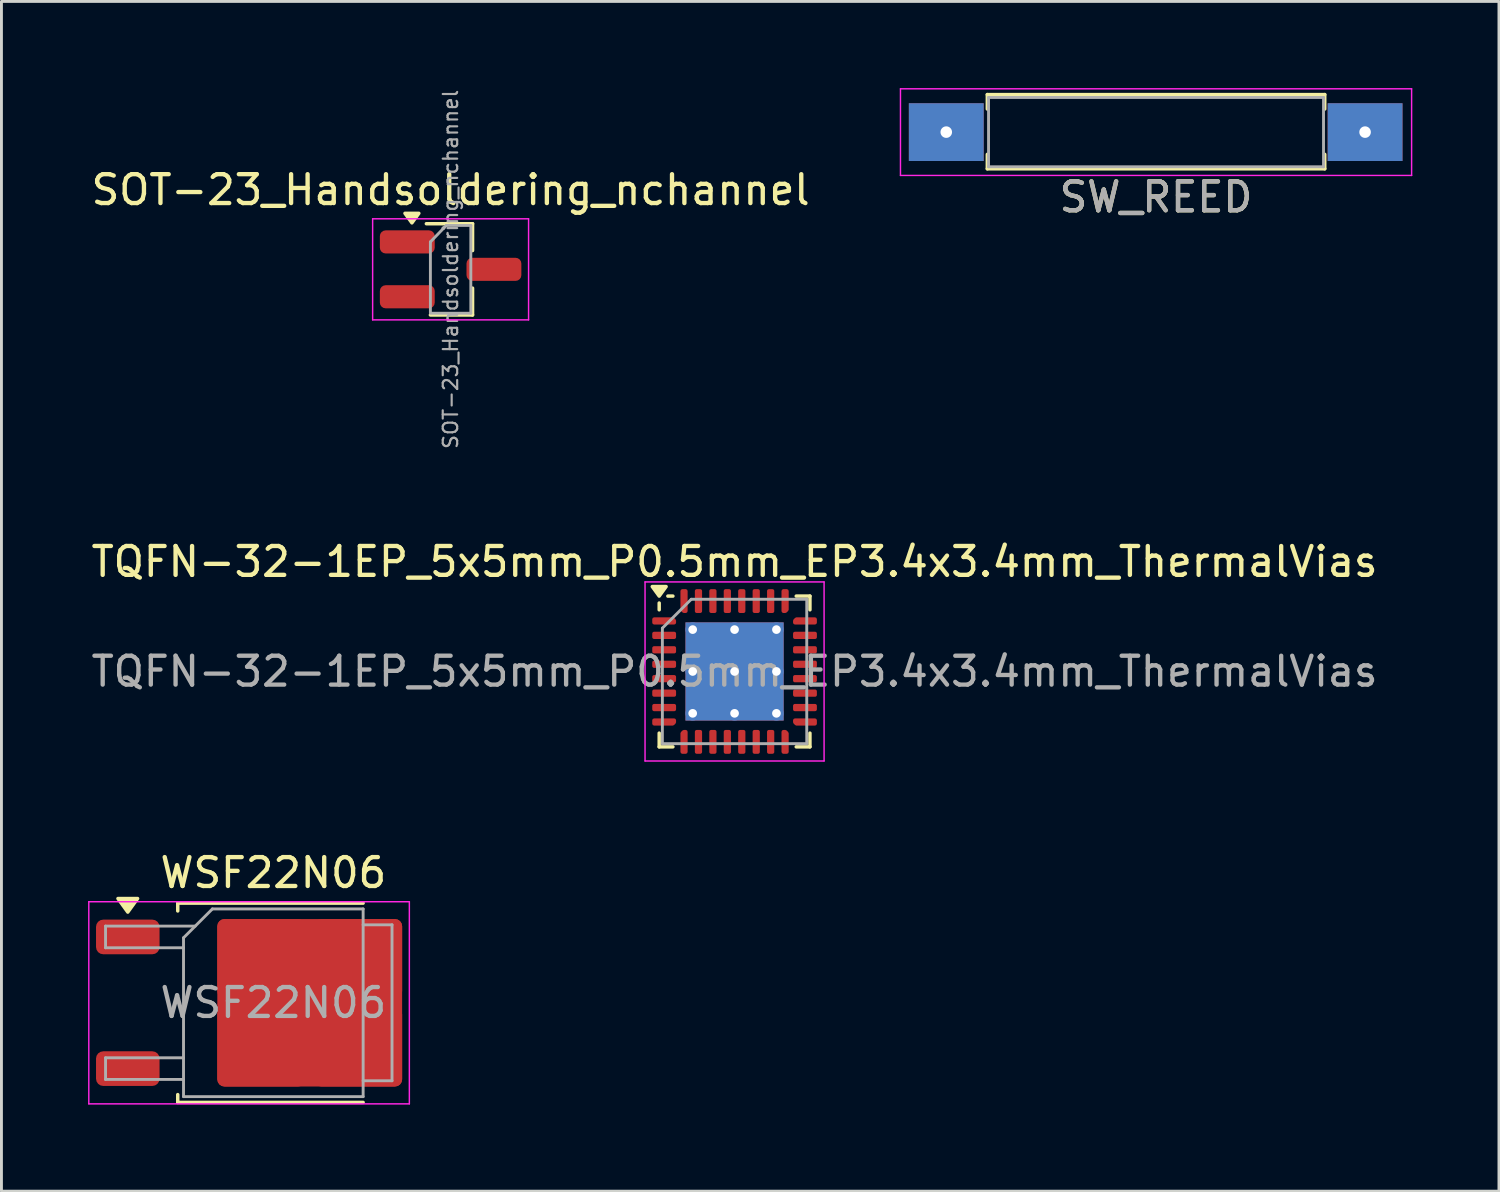
<source format=kicad_pcb>
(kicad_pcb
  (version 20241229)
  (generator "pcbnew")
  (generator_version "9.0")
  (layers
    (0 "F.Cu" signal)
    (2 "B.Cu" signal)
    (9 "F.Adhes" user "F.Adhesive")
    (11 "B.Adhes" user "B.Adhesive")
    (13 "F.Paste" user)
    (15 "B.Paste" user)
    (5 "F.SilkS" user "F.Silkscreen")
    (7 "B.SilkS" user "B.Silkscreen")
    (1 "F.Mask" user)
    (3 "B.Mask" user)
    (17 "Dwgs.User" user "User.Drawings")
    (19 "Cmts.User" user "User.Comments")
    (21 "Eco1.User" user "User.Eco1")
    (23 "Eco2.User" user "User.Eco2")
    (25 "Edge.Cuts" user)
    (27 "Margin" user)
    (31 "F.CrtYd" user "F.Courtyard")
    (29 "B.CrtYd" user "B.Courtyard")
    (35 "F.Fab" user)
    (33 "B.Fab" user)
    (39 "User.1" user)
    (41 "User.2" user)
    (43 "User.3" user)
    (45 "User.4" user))
  (footprint "WSF22N06"
    (layer "F.Cu")
    (at 6.415 31.675)
    (property "Reference" "WSF22N06" (at 0 -4.5 0) (layer "F.SilkS") (effects (font (size 1 1) (thickness 0.15))))
    (attr smd)
    (fp_line (start -3.31 -3.45) (end -3.31 -3.18) (stroke (width 0.12) (type solid)) (layer "F.SilkS"))
    (fp_line (start -3.31 3.45) (end -3.31 3.18) (stroke (width 0.12) (type solid)) (layer "F.SilkS"))
    (fp_line (start 3.11 -3.45) (end -3.31 -3.45) (stroke (width 0.12) (type solid)) (layer "F.SilkS"))
    (fp_line (start 3.11 3.45) (end -3.31 3.45) (stroke (width 0.12) (type solid)) (layer "F.SilkS"))
    (fp_poly (pts (xy -5.04 -3.14) (xy -5.38 -3.61) (xy -4.7 -3.61) (xy -5.04 -3.14)) (stroke (width 0.12) (type solid)) (fill yes) (layer "F.SilkS"))
    (fp_line (start -6.39 -3.5) (end -6.39 3.5) (stroke (width 0.05) (type solid)) (layer "F.CrtYd"))
    (fp_line (start -6.39 3.5) (end 4.71 3.5) (stroke (width 0.05) (type solid)) (layer "F.CrtYd"))
    (fp_line (start 4.71 -3.5) (end -6.39 -3.5) (stroke (width 0.05) (type solid)) (layer "F.CrtYd"))
    (fp_line (start 4.71 3.5) (end 4.71 -3.5) (stroke (width 0.05) (type solid)) (layer "F.CrtYd"))
    (fp_line (start -5.81 -2.655) (end -5.81 -1.905) (stroke (width 0.1) (type solid)) (layer "F.Fab"))
    (fp_line (start -5.81 -1.905) (end -3.11 -1.905) (stroke (width 0.1) (type solid)) (layer "F.Fab"))
    (fp_line (start -5.81 1.905) (end -5.81 2.655) (stroke (width 0.1) (type solid)) (layer "F.Fab"))
    (fp_line (start -5.81 2.655) (end -3.11 2.655) (stroke (width 0.1) (type solid)) (layer "F.Fab"))
    (fp_line (start -3.11 -2.25) (end -2.11 -3.25) (stroke (width 0.1) (type solid)) (layer "F.Fab"))
    (fp_line (start -3.11 1.905) (end -5.81 1.905) (stroke (width 0.1) (type solid)) (layer "F.Fab"))
    (fp_line (start -3.11 3.25) (end -3.11 -2.25) (stroke (width 0.1) (type solid)) (layer "F.Fab"))
    (fp_line (start -2.705 -2.655) (end -5.81 -2.655) (stroke (width 0.1) (type solid)) (layer "F.Fab"))
    (fp_line (start -2.11 -3.25) (end 3.11 -3.25) (stroke (width 0.1) (type solid)) (layer "F.Fab"))
    (fp_line (start 3.11 -3.25) (end 3.11 3.25) (stroke (width 0.1) (type solid)) (layer "F.Fab"))
    (fp_line (start 3.11 -2.7) (end 4.11 -2.7) (stroke (width 0.1) (type solid)) (layer "F.Fab"))
    (fp_line (start 3.11 3.25) (end -3.11 3.25) (stroke (width 0.1) (type solid)) (layer "F.Fab"))
    (fp_line (start 4.11 -2.7) (end 4.11 2.7) (stroke (width 0.1) (type solid)) (layer "F.Fab"))
    (fp_line (start 4.11 2.7) (end 3.11 2.7) (stroke (width 0.1) (type solid)) (layer "F.Fab"))
    (fp_text user "${REFERENCE}" (at 0 0 0) (layer "F.Fab") (effects (font (size 1 1) (thickness 0.15))))
    (pad "1" smd roundrect (at -0.415 -1.525) (size 3.05 2.75) (layers "F.Cu" "F.Paste") (roundrect_rratio 0.091))
    (pad "1" smd roundrect (at -0.415 1.525) (size 3.05 2.75) (layers "F.Cu" "F.Paste") (roundrect_rratio 0.091))
    (pad "1" smd roundrect (at 1.26 0) (size 6.4 5.8) (layers "F.Cu" "F.Mask") (roundrect_rratio 0.043))
    (pad "1" smd roundrect (at 2.935 -1.525) (size 3.05 2.75) (layers "F.Cu" "F.Paste") (roundrect_rratio 0.091))
    (pad "1" smd roundrect (at 2.935 1.525) (size 3.05 2.75) (layers "F.Cu" "F.Paste") (roundrect_rratio 0.091))
    (pad "2" smd roundrect (at -5.04 -2.28) (size 2.2 1.2) (layers "F.Cu" "F.Mask" "F.Paste") (roundrect_rratio 0.208))
    (pad "3" smd roundrect (at -5.04 2.28) (size 2.2 1.2) (layers "F.Cu" "F.Mask" "F.Paste") (roundrect_rratio 0.208)))
  (footprint "SOT-23_Handsoldering_nchannel"
    (layer "F.Cu")
    (at 12.554 6.277)
    (property "Reference" "SOT-23_Handsoldering_nchannel" (at 0 -2.75 0) (layer "F.SilkS") (effects (font (size 1 1) (thickness 0.15))))
    (attr smd)
    (fp_line (start -0.04 -1.58) (end -0.84 -1.58) (stroke (width 0.12) (type solid)) (layer "F.SilkS"))
    (fp_line (start -0.04 -1.58) (end 0.76 -1.58) (stroke (width 0.12) (type solid)) (layer "F.SilkS"))
    (fp_line (start 0.76 -1.58) (end 0.76 -0.65) (stroke (width 0.12) (type solid)) (layer "F.SilkS"))
    (fp_line (start 0.76 1.58) (end -0.7 1.58) (stroke (width 0.12) (type solid)) (layer "F.SilkS"))
    (fp_line (start 0.76 1.58) (end 0.76 0.65) (stroke (width 0.12) (type solid)) (layer "F.SilkS"))
    (fp_poly (pts (xy -1.34 -1.61) (xy -1.58 -1.94) (xy -1.1 -1.94) (xy -1.34 -1.61)) (stroke (width 0.12) (type solid)) (fill yes) (layer "F.SilkS"))
    (fp_line (start -2.7 -1.75) (end 2.7 -1.75) (stroke (width 0.05) (type solid)) (layer "F.CrtYd"))
    (fp_line (start -2.7 1.75) (end -2.7 -1.75) (stroke (width 0.05) (type solid)) (layer "F.CrtYd"))
    (fp_line (start 2.7 -1.75) (end 2.7 1.75) (stroke (width 0.05) (type solid)) (layer "F.CrtYd"))
    (fp_line (start 2.7 1.75) (end -2.7 1.75) (stroke (width 0.05) (type solid)) (layer "F.CrtYd"))
    (fp_line (start -0.7 -0.95) (end -0.7 1.5) (stroke (width 0.1) (type solid)) (layer "F.Fab"))
    (fp_line (start -0.7 -0.95) (end -0.15 -1.52) (stroke (width 0.1) (type solid)) (layer "F.Fab"))
    (fp_line (start -0.7 1.52) (end 0.7 1.52) (stroke (width 0.1) (type solid)) (layer "F.Fab"))
    (fp_line (start -0.15 -1.52) (end 0.7 -1.52) (stroke (width 0.1) (type solid)) (layer "F.Fab"))
    (fp_line (start 0.7 -1.52) (end 0.7 1.52) (stroke (width 0.1) (type solid)) (layer "F.Fab"))
    (fp_text user "${REFERENCE}" (at 0 0 90) (layer "F.Fab") (effects (font (size 0.5 0.5) (thickness 0.075))))
    (pad "1" smd roundrect (at 1.5 0) (size 1.9 0.8) (layers "F.Cu" "F.Mask" "F.Paste") (roundrect_rratio 0.25))
    (pad "2" smd roundrect (at -1.5 -0.95) (size 1.9 0.8) (layers "F.Cu" "F.Mask" "F.Paste") (roundrect_rratio 0.25))
    (pad "3" smd roundrect (at -1.5 0.95) (size 1.9 0.8) (layers "F.Cu" "F.Mask" "F.Paste") (roundrect_rratio 0.25)))
  (footprint "SW_REED"
    (layer "F.Cu")
    (at 36.982 1.525)
    (property "Reference" "SW_REED" (at 0 2.25 0) (layer "F.SilkS") (effects (font (size 1 1) (thickness 0.15))))
    (attr smd)
    (fp_line (start -5.842 -1.3) (end -5.842 -0.8) (stroke (width 0.12) (type solid)) (layer "F.SilkS"))
    (fp_line (start -5.842 0.77) (end -5.842 1.27) (stroke (width 0.12) (type solid)) (layer "F.SilkS"))
    (fp_line (start -5.842 1.27) (end 5.842 1.27) (stroke (width 0.12) (type solid)) (layer "F.SilkS"))
    (fp_line (start 5.842 -1.3) (end -5.842 -1.3) (stroke (width 0.12) (type solid)) (layer "F.SilkS"))
    (fp_line (start 5.842 -0.8) (end 5.842 -1.3) (stroke (width 0.12) (type solid)) (layer "F.SilkS"))
    (fp_line (start 5.842 1.27) (end 5.842 0.77) (stroke (width 0.12) (type solid)) (layer "F.SilkS"))
    (fp_line (start -8.85 -1.5) (end 8.85 -1.5) (stroke (width 0.05) (type solid)) (layer "F.CrtYd"))
    (fp_line (start -8.85 1.5) (end -8.85 -1.5) (stroke (width 0.05) (type solid)) (layer "F.CrtYd"))
    (fp_line (start 8.85 -1.5) (end 8.85 1.5) (stroke (width 0.05) (type solid)) (layer "F.CrtYd"))
    (fp_line (start 8.85 1.5) (end -8.85 1.5) (stroke (width 0.05) (type solid)) (layer "F.CrtYd"))
    (fp_line (start -5.8 -1.2) (end 5.8 -1.2) (stroke (width 0.1) (type solid)) (layer "F.Fab"))
    (fp_line (start -5.8 1.2) (end -5.8 -1.2) (stroke (width 0.1) (type solid)) (layer "F.Fab"))
    (fp_line (start 5.8 -1.2) (end 5.8 1.2) (stroke (width 0.1) (type solid)) (layer "F.Fab"))
    (fp_line (start 5.8 1.2) (end -5.8 1.2) (stroke (width 0.1) (type solid)) (layer "F.Fab"))
    (fp_text user "${REFERENCE}" (at 0 2.25 0) (layer "F.Fab") (effects (font (size 1 1) (thickness 0.15))))
    (pad "1" thru_hole rect (at -7.264 0) (size 2.591 2) (drill 0.4) (layers "*.Cu" "*.Mask"))
    (pad "2" thru_hole rect (at 7.239 0) (size 2.591 2) (drill 0.4) (layers "*.Cu" "*.Mask")))
  (footprint "TQFN-32-1EP_5x5mm_P0.5mm_EP3.4x3.4mm_ThermalVias"
    (layer "F.Cu")
    (at 22.387 20.202)
    (property "Reference" "TQFN-32-1EP_5x5mm_P0.5mm_EP3.4x3.4mm_ThermalVias" (at 0 -3.8 0) (layer "F.SilkS") (effects (font (size 1 1) (thickness 0.15))))
    (attr smd)
    (fp_line (start -2.61 -2.135) (end -2.61 -2.37) (stroke (width 0.12) (type solid)) (layer "F.SilkS"))
    (fp_line (start -2.61 2.61) (end -2.61 2.135) (stroke (width 0.12) (type solid)) (layer "F.SilkS"))
    (fp_line (start -2.135 -2.61) (end -2.31 -2.61) (stroke (width 0.12) (type solid)) (layer "F.SilkS"))
    (fp_line (start -2.135 2.61) (end -2.61 2.61) (stroke (width 0.12) (type solid)) (layer "F.SilkS"))
    (fp_line (start 2.135 -2.61) (end 2.61 -2.61) (stroke (width 0.12) (type solid)) (layer "F.SilkS"))
    (fp_line (start 2.135 2.61) (end 2.61 2.61) (stroke (width 0.12) (type solid)) (layer "F.SilkS"))
    (fp_line (start 2.61 -2.61) (end 2.61 -2.135) (stroke (width 0.12) (type solid)) (layer "F.SilkS"))
    (fp_line (start 2.61 2.61) (end 2.61 2.135) (stroke (width 0.12) (type solid)) (layer "F.SilkS"))
    (fp_poly (pts (xy -2.61 -2.61) (xy -2.85 -2.94) (xy -2.37 -2.94) (xy -2.61 -2.61)) (stroke (width 0.12) (type solid)) (fill yes) (layer "F.SilkS"))
    (fp_line (start -3.1 -3.1) (end -3.1 3.1) (stroke (width 0.05) (type solid)) (layer "F.CrtYd"))
    (fp_line (start -3.1 3.1) (end 3.1 3.1) (stroke (width 0.05) (type solid)) (layer "F.CrtYd"))
    (fp_line (start 3.1 -3.1) (end -3.1 -3.1) (stroke (width 0.05) (type solid)) (layer "F.CrtYd"))
    (fp_line (start 3.1 3.1) (end 3.1 -3.1) (stroke (width 0.05) (type solid)) (layer "F.CrtYd"))
    (fp_line (start -2.5 -1.5) (end -1.5 -2.5) (stroke (width 0.1) (type solid)) (layer "F.Fab"))
    (fp_line (start -2.5 2.5) (end -2.5 -1.5) (stroke (width 0.1) (type solid)) (layer "F.Fab"))
    (fp_line (start -1.5 -2.5) (end 2.5 -2.5) (stroke (width 0.1) (type solid)) (layer "F.Fab"))
    (fp_line (start 2.5 -2.5) (end 2.5 2.5) (stroke (width 0.1) (type solid)) (layer "F.Fab"))
    (fp_line (start 2.5 2.5) (end -2.5 2.5) (stroke (width 0.1) (type solid)) (layer "F.Fab"))
    (fp_text user "${REFERENCE}" (at 0 0 0) (layer "F.Fab") (effects (font (size 1 1) (thickness 0.15))))
    (pad "" smd roundrect (at -0.85 -0.85) (size 1.47 1.47) (layers "F.Paste") (roundrect_rratio 0.17))
    (pad "" smd roundrect (at -0.85 0.85) (size 1.47 1.47) (layers "F.Paste") (roundrect_rratio 0.17))
    (pad "" smd roundrect (at 0.85 -0.85) (size 1.47 1.47) (layers "F.Paste") (roundrect_rratio 0.17))
    (pad "" smd roundrect (at 0.85 0.85) (size 1.47 1.47) (layers "F.Paste") (roundrect_rratio 0.17))
    (pad "1" smd custom (at -2.438 -1.75) (size 0.186 0.186) (layers "F.Cu" "F.Mask" "F.Paste") (options (anchor circle)) (primitives (gr_poly (pts (xy -0.35 -0.062) (xy 0.297 -0.062) (xy 0.35 -0.009) (xy 0.35 0.062) (xy -0.35 0.062)) (width 0.125) (fill yes))))
    (pad "2" smd roundrect (at -2.438 -1.25) (size 0.825 0.25) (layers "F.Cu" "F.Mask" "F.Paste") (roundrect_rratio 0.25))
    (pad "3" smd roundrect (at -2.438 -0.75) (size 0.825 0.25) (layers "F.Cu" "F.Mask" "F.Paste") (roundrect_rratio 0.25))
    (pad "4" smd roundrect (at -2.438 -0.25) (size 0.825 0.25) (layers "F.Cu" "F.Mask" "F.Paste") (roundrect_rratio 0.25))
    (pad "5" smd roundrect (at -2.438 0.25) (size 0.825 0.25) (layers "F.Cu" "F.Mask" "F.Paste") (roundrect_rratio 0.25))
    (pad "6" smd roundrect (at -2.438 0.75) (size 0.825 0.25) (layers "F.Cu" "F.Mask" "F.Paste") (roundrect_rratio 0.25))
    (pad "7" smd roundrect (at -2.438 1.25) (size 0.825 0.25) (layers "F.Cu" "F.Mask" "F.Paste") (roundrect_rratio 0.25))
    (pad "8" smd custom (at -2.438 1.75) (size 0.186 0.186) (layers "F.Cu" "F.Mask" "F.Paste") (options (anchor circle)) (primitives (gr_poly (pts (xy -0.35 -0.062) (xy 0.35 -0.062) (xy 0.35 0.009) (xy 0.297 0.062) (xy -0.35 0.062)) (width 0.125) (fill yes))))
    (pad "9" smd custom (at -1.75 2.438) (size 0.186 0.186) (layers "F.Cu" "F.Mask" "F.Paste") (options (anchor circle)) (primitives (gr_poly (pts (xy -0.062 -0.297) (xy -0.009 -0.35) (xy 0.062 -0.35) (xy 0.062 0.35) (xy -0.062 0.35)) (width 0.125) (fill yes))))
    (pad "10" smd roundrect (at -1.25 2.438) (size 0.25 0.825) (layers "F.Cu" "F.Mask" "F.Paste") (roundrect_rratio 0.25))
    (pad "11" smd roundrect (at -0.75 2.438) (size 0.25 0.825) (layers "F.Cu" "F.Mask" "F.Paste") (roundrect_rratio 0.25))
    (pad "12" smd roundrect (at -0.25 2.438) (size 0.25 0.825) (layers "F.Cu" "F.Mask" "F.Paste") (roundrect_rratio 0.25))
    (pad "13" smd roundrect (at 0.25 2.438) (size 0.25 0.825) (layers "F.Cu" "F.Mask" "F.Paste") (roundrect_rratio 0.25))
    (pad "14" smd roundrect (at 0.75 2.438) (size 0.25 0.825) (layers "F.Cu" "F.Mask" "F.Paste") (roundrect_rratio 0.25))
    (pad "15" smd roundrect (at 1.25 2.438) (size 0.25 0.825) (layers "F.Cu" "F.Mask" "F.Paste") (roundrect_rratio 0.25))
    (pad "16" smd custom (at 1.75 2.438) (size 0.186 0.186) (layers "F.Cu" "F.Mask" "F.Paste") (options (anchor circle)) (primitives (gr_poly (pts (xy -0.062 -0.35) (xy 0.009 -0.35) (xy 0.062 -0.297) (xy 0.062 0.35) (xy -0.062 0.35)) (width 0.125) (fill yes))))
    (pad "17" smd custom (at 2.438 1.75) (size 0.186 0.186) (layers "F.Cu" "F.Mask" "F.Paste") (options (anchor circle)) (primitives (gr_poly (pts (xy -0.35 -0.062) (xy 0.35 -0.062) (xy 0.35 0.062) (xy -0.297 0.062) (xy -0.35 0.009)) (width 0.125) (fill yes))))
    (pad "18" smd roundrect (at 2.438 1.25) (size 0.825 0.25) (layers "F.Cu" "F.Mask" "F.Paste") (roundrect_rratio 0.25))
    (pad "19" smd roundrect (at 2.438 0.75) (size 0.825 0.25) (layers "F.Cu" "F.Mask" "F.Paste") (roundrect_rratio 0.25))
    (pad "20" smd roundrect (at 2.438 0.25) (size 0.825 0.25) (layers "F.Cu" "F.Mask" "F.Paste") (roundrect_rratio 0.25))
    (pad "21" smd roundrect (at 2.438 -0.25) (size 0.825 0.25) (layers "F.Cu" "F.Mask" "F.Paste") (roundrect_rratio 0.25))
    (pad "22" smd roundrect (at 2.438 -0.75) (size 0.825 0.25) (layers "F.Cu" "F.Mask" "F.Paste") (roundrect_rratio 0.25))
    (pad "23" smd roundrect (at 2.438 -1.25) (size 0.825 0.25) (layers "F.Cu" "F.Mask" "F.Paste") (roundrect_rratio 0.25))
    (pad "24" smd custom (at 2.438 -1.75) (size 0.186 0.186) (layers "F.Cu" "F.Mask" "F.Paste") (options (anchor circle)) (primitives (gr_poly (pts (xy -0.35 -0.009) (xy -0.297 -0.062) (xy 0.35 -0.062) (xy 0.35 0.062) (xy -0.35 0.062)) (width 0.125) (fill yes))))
    (pad "25" smd custom (at 1.75 -2.438) (size 0.186 0.186) (layers "F.Cu" "F.Mask" "F.Paste") (options (anchor circle)) (primitives (gr_poly (pts (xy -0.062 -0.35) (xy 0.062 -0.35) (xy 0.062 0.297) (xy 0.009 0.35) (xy -0.062 0.35)) (width 0.125) (fill yes))))
    (pad "26" smd roundrect (at 1.25 -2.438) (size 0.25 0.825) (layers "F.Cu" "F.Mask" "F.Paste") (roundrect_rratio 0.25))
    (pad "27" smd roundrect (at 0.75 -2.438) (size 0.25 0.825) (layers "F.Cu" "F.Mask" "F.Paste") (roundrect_rratio 0.25))
    (pad "28" smd roundrect (at 0.25 -2.438) (size 0.25 0.825) (layers "F.Cu" "F.Mask" "F.Paste") (roundrect_rratio 0.25))
    (pad "29" smd roundrect (at -0.25 -2.438) (size 0.25 0.825) (layers "F.Cu" "F.Mask" "F.Paste") (roundrect_rratio 0.25))
    (pad "30" smd roundrect (at -0.75 -2.438) (size 0.25 0.825) (layers "F.Cu" "F.Mask" "F.Paste") (roundrect_rratio 0.25))
    (pad "31" smd roundrect (at -1.25 -2.438) (size 0.25 0.825) (layers "F.Cu" "F.Mask" "F.Paste") (roundrect_rratio 0.25))
    (pad "32" smd custom (at -1.75 -2.438) (size 0.186 0.186) (layers "F.Cu" "F.Mask" "F.Paste") (options (anchor circle)) (primitives (gr_poly (pts (xy -0.062 -0.35) (xy 0.062 -0.35) (xy 0.062 0.35) (xy -0.009 0.35) (xy -0.062 0.297)) (width 0.125) (fill yes))))
    (pad "33" thru_hole circle (at -1.45 -1.45) (size 0.5 0.5) (drill 0.3) (property pad_prop_heatsink) (layers "*.Cu"))
    (pad "33" thru_hole circle (at -1.45 0) (size 0.5 0.5) (drill 0.3) (property pad_prop_heatsink) (layers "*.Cu"))
    (pad "33" thru_hole circle (at -1.45 1.45) (size 0.5 0.5) (drill 0.3) (property pad_prop_heatsink) (layers "*.Cu"))
    (pad "33" thru_hole circle (at 0 -1.45) (size 0.5 0.5) (drill 0.3) (property pad_prop_heatsink) (layers "*.Cu"))
    (pad "33" thru_hole circle (at 0 0) (size 0.5 0.5) (drill 0.3) (property pad_prop_heatsink) (layers "*.Cu"))
    (pad "33" smd rect (at 0 0) (size 3.4 3.4) (property pad_prop_heatsink) (layers "F.Cu" "F.Mask"))
    (pad "33" smd rect (at 0 0) (size 3.4 3.4) (property pad_prop_heatsink) (layers "B.Cu"))
    (pad "33" thru_hole circle (at 0 1.45) (size 0.5 0.5) (drill 0.3) (property pad_prop_heatsink) (layers "*.Cu"))
    (pad "33" thru_hole circle (at 1.45 -1.45) (size 0.5 0.5) (drill 0.3) (property pad_prop_heatsink) (layers "*.Cu"))
    (pad "33" thru_hole circle (at 1.45 0) (size 0.5 0.5) (drill 0.3) (property pad_prop_heatsink) (layers "*.Cu"))
    (pad "33" thru_hole circle (at 1.45 1.45) (size 0.5 0.5) (drill 0.3) (property pad_prop_heatsink) (layers "*.Cu")))
  (gr_rect
    (start -3 -3)
    (end 48.857 38.2)
    (stroke (width 0.1) (type default))
    (fill no)
    (layer "Edge.Cuts")))
</source>
